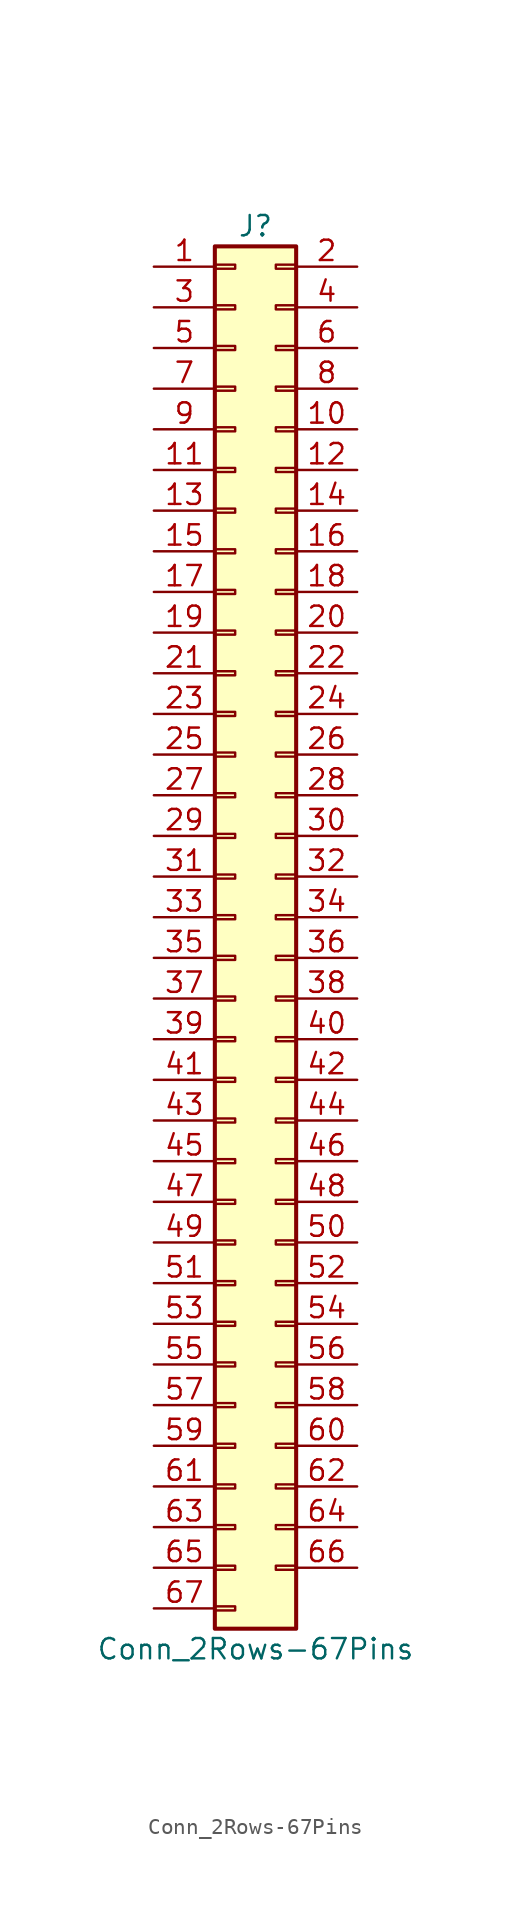
<source format=kicad_sym>
(kicad_symbol_lib
  (version 20201005)
  (generator kicad_symbol_editor)
  (symbol "Conn_2Rows-67Pins"
    (pin_names
      (offset 1.016) hide)
    (property "Reference" "J"
      (at 1.27 43.18 0)
      (effects (font (size 1.27 1.27))))
    (property "Value" "Conn_2Rows-67Pins"
      (at 1.27 -45.72 0)
      (effects (font (size 1.27 1.27))))
    (symbol "Conn_2Rows-67Pins_1_1"
      (rectangle (start -1.27 -43.053) (end 0 -43.307) (stroke (width 0.152)) (fill (type none)))
      (rectangle (start -1.27 -40.513) (end 0 -40.767) (stroke (width 0.152)) (fill (type none)))
      (rectangle (start -1.27 -37.973) (end 0 -38.227) (stroke (width 0.152)) (fill (type none)))
      (rectangle (start -1.27 -35.433) (end 0 -35.687) (stroke (width 0.152)) (fill (type none)))
      (rectangle (start -1.27 -32.893) (end 0 -33.147) (stroke (width 0.152)) (fill (type none)))
      (rectangle (start -1.27 -30.353) (end 0 -30.607) (stroke (width 0.152)) (fill (type none)))
      (rectangle (start -1.27 -27.813) (end 0 -28.067) (stroke (width 0.152)) (fill (type none)))
      (rectangle (start -1.27 -25.273) (end 0 -25.527) (stroke (width 0.152)) (fill (type none)))
      (rectangle (start -1.27 -22.733) (end 0 -22.987) (stroke (width 0.152)) (fill (type none)))
      (rectangle (start -1.27 -20.193) (end 0 -20.447) (stroke (width 0.152)) (fill (type none)))
      (rectangle (start -1.27 -17.653) (end 0 -17.907) (stroke (width 0.152)) (fill (type none)))
      (rectangle (start -1.27 -15.113) (end 0 -15.367) (stroke (width 0.152)) (fill (type none)))
      (rectangle (start -1.27 -12.573) (end 0 -12.827) (stroke (width 0.152)) (fill (type none)))
      (rectangle (start -1.27 -10.033) (end 0 -10.287) (stroke (width 0.152)) (fill (type none)))
      (rectangle (start -1.27 -7.493) (end 0 -7.747) (stroke (width 0.152)) (fill (type none)))
      (rectangle (start -1.27 -4.953) (end 0 -5.207) (stroke (width 0.152)) (fill (type none)))
      (rectangle (start -1.27 -2.413) (end 0 -2.667) (stroke (width 0.152)) (fill (type none)))
      (rectangle (start -1.27 0.127) (end 0 -0.127) (stroke (width 0.152)) (fill (type none)))
      (rectangle (start -1.27 2.667) (end 0 2.413) (stroke (width 0.152)) (fill (type none)))
      (rectangle (start -1.27 5.207) (end 0 4.953) (stroke (width 0.152)) (fill (type none)))
      (rectangle (start -1.27 7.747) (end 0 7.493) (stroke (width 0.152)) (fill (type none)))
      (rectangle (start -1.27 10.287) (end 0 10.033) (stroke (width 0.152)) (fill (type none)))
      (rectangle (start -1.27 12.827) (end 0 12.573) (stroke (width 0.152)) (fill (type none)))
      (rectangle (start -1.27 15.367) (end 0 15.113) (stroke (width 0.152)) (fill (type none)))
      (rectangle (start -1.27 17.907) (end 0 17.653) (stroke (width 0.152)) (fill (type none)))
      (rectangle (start -1.27 20.447) (end 0 20.193) (stroke (width 0.152)) (fill (type none)))
      (rectangle (start -1.27 22.987) (end 0 22.733) (stroke (width 0.152)) (fill (type none)))
      (rectangle (start -1.27 25.527) (end 0 25.273) (stroke (width 0.152)) (fill (type none)))
      (rectangle (start -1.27 28.067) (end 0 27.813) (stroke (width 0.152)) (fill (type none)))
      (rectangle (start -1.27 30.607) (end 0 30.353) (stroke (width 0.152)) (fill (type none)))
      (rectangle (start -1.27 33.147) (end 0 32.893) (stroke (width 0.152)) (fill (type none)))
      (rectangle (start -1.27 35.687) (end 0 35.433) (stroke (width 0.152)) (fill (type none)))
      (rectangle (start -1.27 38.227) (end 0 37.973) (stroke (width 0.152)) (fill (type none)))
      (rectangle (start -1.27 40.767) (end 0 40.513) (stroke (width 0.152)) (fill (type none)))
      (rectangle (start -1.27 41.91) (end 3.81 -44.45) (stroke (width 0.254)) (fill (type background)))
      (rectangle (start 3.81 -40.513) (end 2.54 -40.767) (stroke (width 0.152)) (fill (type none)))
      (rectangle (start 3.81 -37.973) (end 2.54 -38.227) (stroke (width 0.152)) (fill (type none)))
      (rectangle (start 3.81 -35.433) (end 2.54 -35.687) (stroke (width 0.152)) (fill (type none)))
      (rectangle (start 3.81 -32.893) (end 2.54 -33.147) (stroke (width 0.152)) (fill (type none)))
      (rectangle (start 3.81 -30.353) (end 2.54 -30.607) (stroke (width 0.152)) (fill (type none)))
      (rectangle (start 3.81 -27.813) (end 2.54 -28.067) (stroke (width 0.152)) (fill (type none)))
      (rectangle (start 3.81 -25.273) (end 2.54 -25.527) (stroke (width 0.152)) (fill (type none)))
      (rectangle (start 3.81 -22.733) (end 2.54 -22.987) (stroke (width 0.152)) (fill (type none)))
      (rectangle (start 3.81 -20.193) (end 2.54 -20.447) (stroke (width 0.152)) (fill (type none)))
      (rectangle (start 3.81 -17.653) (end 2.54 -17.907) (stroke (width 0.152)) (fill (type none)))
      (rectangle (start 3.81 -15.113) (end 2.54 -15.367) (stroke (width 0.152)) (fill (type none)))
      (rectangle (start 3.81 -12.573) (end 2.54 -12.827) (stroke (width 0.152)) (fill (type none)))
      (rectangle (start 3.81 -10.033) (end 2.54 -10.287) (stroke (width 0.152)) (fill (type none)))
      (rectangle (start 3.81 -7.493) (end 2.54 -7.747) (stroke (width 0.152)) (fill (type none)))
      (rectangle (start 3.81 -4.953) (end 2.54 -5.207) (stroke (width 0.152)) (fill (type none)))
      (rectangle (start 3.81 -2.413) (end 2.54 -2.667) (stroke (width 0.152)) (fill (type none)))
      (rectangle (start 3.81 0.127) (end 2.54 -0.127) (stroke (width 0.152)) (fill (type none)))
      (rectangle (start 3.81 2.667) (end 2.54 2.413) (stroke (width 0.152)) (fill (type none)))
      (rectangle (start 3.81 5.207) (end 2.54 4.953) (stroke (width 0.152)) (fill (type none)))
      (rectangle (start 3.81 7.747) (end 2.54 7.493) (stroke (width 0.152)) (fill (type none)))
      (rectangle (start 3.81 10.287) (end 2.54 10.033) (stroke (width 0.152)) (fill (type none)))
      (rectangle (start 3.81 12.827) (end 2.54 12.573) (stroke (width 0.152)) (fill (type none)))
      (rectangle (start 3.81 15.367) (end 2.54 15.113) (stroke (width 0.152)) (fill (type none)))
      (rectangle (start 3.81 17.907) (end 2.54 17.653) (stroke (width 0.152)) (fill (type none)))
      (rectangle (start 3.81 20.447) (end 2.54 20.193) (stroke (width 0.152)) (fill (type none)))
      (rectangle (start 3.81 22.987) (end 2.54 22.733) (stroke (width 0.152)) (fill (type none)))
      (rectangle (start 3.81 25.527) (end 2.54 25.273) (stroke (width 0.152)) (fill (type none)))
      (rectangle (start 3.81 28.067) (end 2.54 27.813) (stroke (width 0.152)) (fill (type none)))
      (rectangle (start 3.81 30.607) (end 2.54 30.353) (stroke (width 0.152)) (fill (type none)))
      (rectangle (start 3.81 33.147) (end 2.54 32.893) (stroke (width 0.152)) (fill (type none)))
      (rectangle (start 3.81 35.687) (end 2.54 35.433) (stroke (width 0.152)) (fill (type none)))
      (rectangle (start 3.81 38.227) (end 2.54 37.973) (stroke (width 0.152)) (fill (type none)))
      (rectangle (start 3.81 40.767) (end 2.54 40.513) (stroke (width 0.152)) (fill (type none)))
      (pin passive line (at -5.08 40.64 0) (length 3.81) (name "Pin_1" (effects (font (size 1.27 1.27)))) (number "1" (effects (font (size 1.27 1.27)))))
      (pin passive line (at 7.62 30.48 180) (length 3.81) (name "Pin_10" (effects (font (size 1.27 1.27)))) (number "10" (effects (font (size 1.27 1.27)))))
      (pin passive line (at -5.08 27.94 0) (length 3.81) (name "Pin_11" (effects (font (size 1.27 1.27)))) (number "11" (effects (font (size 1.27 1.27)))))
      (pin passive line (at 7.62 27.94 180) (length 3.81) (name "Pin_12" (effects (font (size 1.27 1.27)))) (number "12" (effects (font (size 1.27 1.27)))))
      (pin passive line (at -5.08 25.4 0) (length 3.81) (name "Pin_13" (effects (font (size 1.27 1.27)))) (number "13" (effects (font (size 1.27 1.27)))))
      (pin passive line (at 7.62 25.4 180) (length 3.81) (name "Pin_14" (effects (font (size 1.27 1.27)))) (number "14" (effects (font (size 1.27 1.27)))))
      (pin passive line (at -5.08 22.86 0) (length 3.81) (name "Pin_15" (effects (font (size 1.27 1.27)))) (number "15" (effects (font (size 1.27 1.27)))))
      (pin passive line (at 7.62 22.86 180) (length 3.81) (name "Pin_16" (effects (font (size 1.27 1.27)))) (number "16" (effects (font (size 1.27 1.27)))))
      (pin passive line (at -5.08 20.32 0) (length 3.81) (name "Pin_17" (effects (font (size 1.27 1.27)))) (number "17" (effects (font (size 1.27 1.27)))))
      (pin passive line (at 7.62 20.32 180) (length 3.81) (name "Pin_18" (effects (font (size 1.27 1.27)))) (number "18" (effects (font (size 1.27 1.27)))))
      (pin passive line (at -5.08 17.78 0) (length 3.81) (name "Pin_19" (effects (font (size 1.27 1.27)))) (number "19" (effects (font (size 1.27 1.27)))))
      (pin passive line (at 7.62 40.64 180) (length 3.81) (name "Pin_2" (effects (font (size 1.27 1.27)))) (number "2" (effects (font (size 1.27 1.27)))))
      (pin passive line (at 7.62 17.78 180) (length 3.81) (name "Pin_20" (effects (font (size 1.27 1.27)))) (number "20" (effects (font (size 1.27 1.27)))))
      (pin passive line (at -5.08 15.24 0) (length 3.81) (name "Pin_21" (effects (font (size 1.27 1.27)))) (number "21" (effects (font (size 1.27 1.27)))))
      (pin passive line (at 7.62 15.24 180) (length 3.81) (name "Pin_22" (effects (font (size 1.27 1.27)))) (number "22" (effects (font (size 1.27 1.27)))))
      (pin passive line (at -5.08 12.7 0) (length 3.81) (name "Pin_23" (effects (font (size 1.27 1.27)))) (number "23" (effects (font (size 1.27 1.27)))))
      (pin passive line (at 7.62 12.7 180) (length 3.81) (name "Pin_24" (effects (font (size 1.27 1.27)))) (number "24" (effects (font (size 1.27 1.27)))))
      (pin passive line (at -5.08 10.16 0) (length 3.81) (name "Pin_25" (effects (font (size 1.27 1.27)))) (number "25" (effects (font (size 1.27 1.27)))))
      (pin passive line (at 7.62 10.16 180) (length 3.81) (name "Pin_26" (effects (font (size 1.27 1.27)))) (number "26" (effects (font (size 1.27 1.27)))))
      (pin passive line (at -5.08 7.62 0) (length 3.81) (name "Pin_27" (effects (font (size 1.27 1.27)))) (number "27" (effects (font (size 1.27 1.27)))))
      (pin passive line (at 7.62 7.62 180) (length 3.81) (name "Pin_28" (effects (font (size 1.27 1.27)))) (number "28" (effects (font (size 1.27 1.27)))))
      (pin passive line (at -5.08 5.08 0) (length 3.81) (name "Pin_29" (effects (font (size 1.27 1.27)))) (number "29" (effects (font (size 1.27 1.27)))))
      (pin passive line (at -5.08 38.1 0) (length 3.81) (name "Pin_3" (effects (font (size 1.27 1.27)))) (number "3" (effects (font (size 1.27 1.27)))))
      (pin passive line (at 7.62 5.08 180) (length 3.81) (name "Pin_30" (effects (font (size 1.27 1.27)))) (number "30" (effects (font (size 1.27 1.27)))))
      (pin passive line (at -5.08 2.54 0) (length 3.81) (name "Pin_31" (effects (font (size 1.27 1.27)))) (number "31" (effects (font (size 1.27 1.27)))))
      (pin passive line (at 7.62 2.54 180) (length 3.81) (name "Pin_32" (effects (font (size 1.27 1.27)))) (number "32" (effects (font (size 1.27 1.27)))))
      (pin passive line (at -5.08 0 0) (length 3.81) (name "Pin_33" (effects (font (size 1.27 1.27)))) (number "33" (effects (font (size 1.27 1.27)))))
      (pin passive line (at 7.62 0 180) (length 3.81) (name "Pin_34" (effects (font (size 1.27 1.27)))) (number "34" (effects (font (size 1.27 1.27)))))
      (pin passive line (at -5.08 -2.54 0) (length 3.81) (name "Pin_35" (effects (font (size 1.27 1.27)))) (number "35" (effects (font (size 1.27 1.27)))))
      (pin passive line (at 7.62 -2.54 180) (length 3.81) (name "Pin_36" (effects (font (size 1.27 1.27)))) (number "36" (effects (font (size 1.27 1.27)))))
      (pin passive line (at -5.08 -5.08 0) (length 3.81) (name "Pin_37" (effects (font (size 1.27 1.27)))) (number "37" (effects (font (size 1.27 1.27)))))
      (pin passive line (at 7.62 -5.08 180) (length 3.81) (name "Pin_38" (effects (font (size 1.27 1.27)))) (number "38" (effects (font (size 1.27 1.27)))))
      (pin passive line (at -5.08 -7.62 0) (length 3.81) (name "Pin_39" (effects (font (size 1.27 1.27)))) (number "39" (effects (font (size 1.27 1.27)))))
      (pin passive line (at 7.62 38.1 180) (length 3.81) (name "Pin_4" (effects (font (size 1.27 1.27)))) (number "4" (effects (font (size 1.27 1.27)))))
      (pin passive line (at 7.62 -7.62 180) (length 3.81) (name "Pin_40" (effects (font (size 1.27 1.27)))) (number "40" (effects (font (size 1.27 1.27)))))
      (pin passive line (at -5.08 -10.16 0) (length 3.81) (name "Pin_41" (effects (font (size 1.27 1.27)))) (number "41" (effects (font (size 1.27 1.27)))))
      (pin passive line (at 7.62 -10.16 180) (length 3.81) (name "Pin_42" (effects (font (size 1.27 1.27)))) (number "42" (effects (font (size 1.27 1.27)))))
      (pin passive line (at -5.08 -12.7 0) (length 3.81) (name "Pin_43" (effects (font (size 1.27 1.27)))) (number "43" (effects (font (size 1.27 1.27)))))
      (pin passive line (at 7.62 -12.7 180) (length 3.81) (name "Pin_44" (effects (font (size 1.27 1.27)))) (number "44" (effects (font (size 1.27 1.27)))))
      (pin passive line (at -5.08 -15.24 0) (length 3.81) (name "Pin_45" (effects (font (size 1.27 1.27)))) (number "45" (effects (font (size 1.27 1.27)))))
      (pin passive line (at 7.62 -15.24 180) (length 3.81) (name "Pin_46" (effects (font (size 1.27 1.27)))) (number "46" (effects (font (size 1.27 1.27)))))
      (pin passive line (at -5.08 -17.78 0) (length 3.81) (name "Pin_47" (effects (font (size 1.27 1.27)))) (number "47" (effects (font (size 1.27 1.27)))))
      (pin passive line (at 7.62 -17.78 180) (length 3.81) (name "Pin_48" (effects (font (size 1.27 1.27)))) (number "48" (effects (font (size 1.27 1.27)))))
      (pin passive line (at -5.08 -20.32 0) (length 3.81) (name "Pin_49" (effects (font (size 1.27 1.27)))) (number "49" (effects (font (size 1.27 1.27)))))
      (pin passive line (at -5.08 35.56 0) (length 3.81) (name "Pin_5" (effects (font (size 1.27 1.27)))) (number "5" (effects (font (size 1.27 1.27)))))
      (pin passive line (at 7.62 -20.32 180) (length 3.81) (name "Pin_50" (effects (font (size 1.27 1.27)))) (number "50" (effects (font (size 1.27 1.27)))))
      (pin passive line (at -5.08 -22.86 0) (length 3.81) (name "Pin_51" (effects (font (size 1.27 1.27)))) (number "51" (effects (font (size 1.27 1.27)))))
      (pin passive line (at 7.62 -22.86 180) (length 3.81) (name "Pin_52" (effects (font (size 1.27 1.27)))) (number "52" (effects (font (size 1.27 1.27)))))
      (pin passive line (at -5.08 -25.4 0) (length 3.81) (name "Pin_53" (effects (font (size 1.27 1.27)))) (number "53" (effects (font (size 1.27 1.27)))))
      (pin passive line (at 7.62 -25.4 180) (length 3.81) (name "Pin_54" (effects (font (size 1.27 1.27)))) (number "54" (effects (font (size 1.27 1.27)))))
      (pin passive line (at -5.08 -27.94 0) (length 3.81) (name "Pin_55" (effects (font (size 1.27 1.27)))) (number "55" (effects (font (size 1.27 1.27)))))
      (pin passive line (at 7.62 -27.94 180) (length 3.81) (name "Pin_56" (effects (font (size 1.27 1.27)))) (number "56" (effects (font (size 1.27 1.27)))))
      (pin passive line (at -5.08 -30.48 0) (length 3.81) (name "Pin_57" (effects (font (size 1.27 1.27)))) (number "57" (effects (font (size 1.27 1.27)))))
      (pin passive line (at 7.62 -30.48 180) (length 3.81) (name "Pin_58" (effects (font (size 1.27 1.27)))) (number "58" (effects (font (size 1.27 1.27)))))
      (pin passive line (at -5.08 -33.02 0) (length 3.81) (name "Pin_59" (effects (font (size 1.27 1.27)))) (number "59" (effects (font (size 1.27 1.27)))))
      (pin passive line (at 7.62 35.56 180) (length 3.81) (name "Pin_6" (effects (font (size 1.27 1.27)))) (number "6" (effects (font (size 1.27 1.27)))))
      (pin passive line (at 7.62 -33.02 180) (length 3.81) (name "Pin_60" (effects (font (size 1.27 1.27)))) (number "60" (effects (font (size 1.27 1.27)))))
      (pin passive line (at -5.08 -35.56 0) (length 3.81) (name "Pin_61" (effects (font (size 1.27 1.27)))) (number "61" (effects (font (size 1.27 1.27)))))
      (pin passive line (at 7.62 -35.56 180) (length 3.81) (name "Pin_62" (effects (font (size 1.27 1.27)))) (number "62" (effects (font (size 1.27 1.27)))))
      (pin passive line (at -5.08 -38.1 0) (length 3.81) (name "Pin_63" (effects (font (size 1.27 1.27)))) (number "63" (effects (font (size 1.27 1.27)))))
      (pin passive line (at 7.62 -38.1 180) (length 3.81) (name "Pin_64" (effects (font (size 1.27 1.27)))) (number "64" (effects (font (size 1.27 1.27)))))
      (pin passive line (at -5.08 -40.64 0) (length 3.81) (name "Pin_65" (effects (font (size 1.27 1.27)))) (number "65" (effects (font (size 1.27 1.27)))))
      (pin passive line (at 7.62 -40.64 180) (length 3.81) (name "Pin_66" (effects (font (size 1.27 1.27)))) (number "66" (effects (font (size 1.27 1.27)))))
      (pin passive line (at -5.08 -43.18 0) (length 3.81) (name "Pin_67" (effects (font (size 1.27 1.27)))) (number "67" (effects (font (size 1.27 1.27)))))
      (pin passive line (at -5.08 33.02 0) (length 3.81) (name "Pin_7" (effects (font (size 1.27 1.27)))) (number "7" (effects (font (size 1.27 1.27)))))
      (pin passive line (at 7.62 33.02 180) (length 3.81) (name "Pin_8" (effects (font (size 1.27 1.27)))) (number "8" (effects (font (size 1.27 1.27)))))
      (pin passive line (at -5.08 30.48 0) (length 3.81) (name "Pin_9" (effects (font (size 1.27 1.27)))) (number "9" (effects (font (size 1.27 1.27))))))))
</source>
